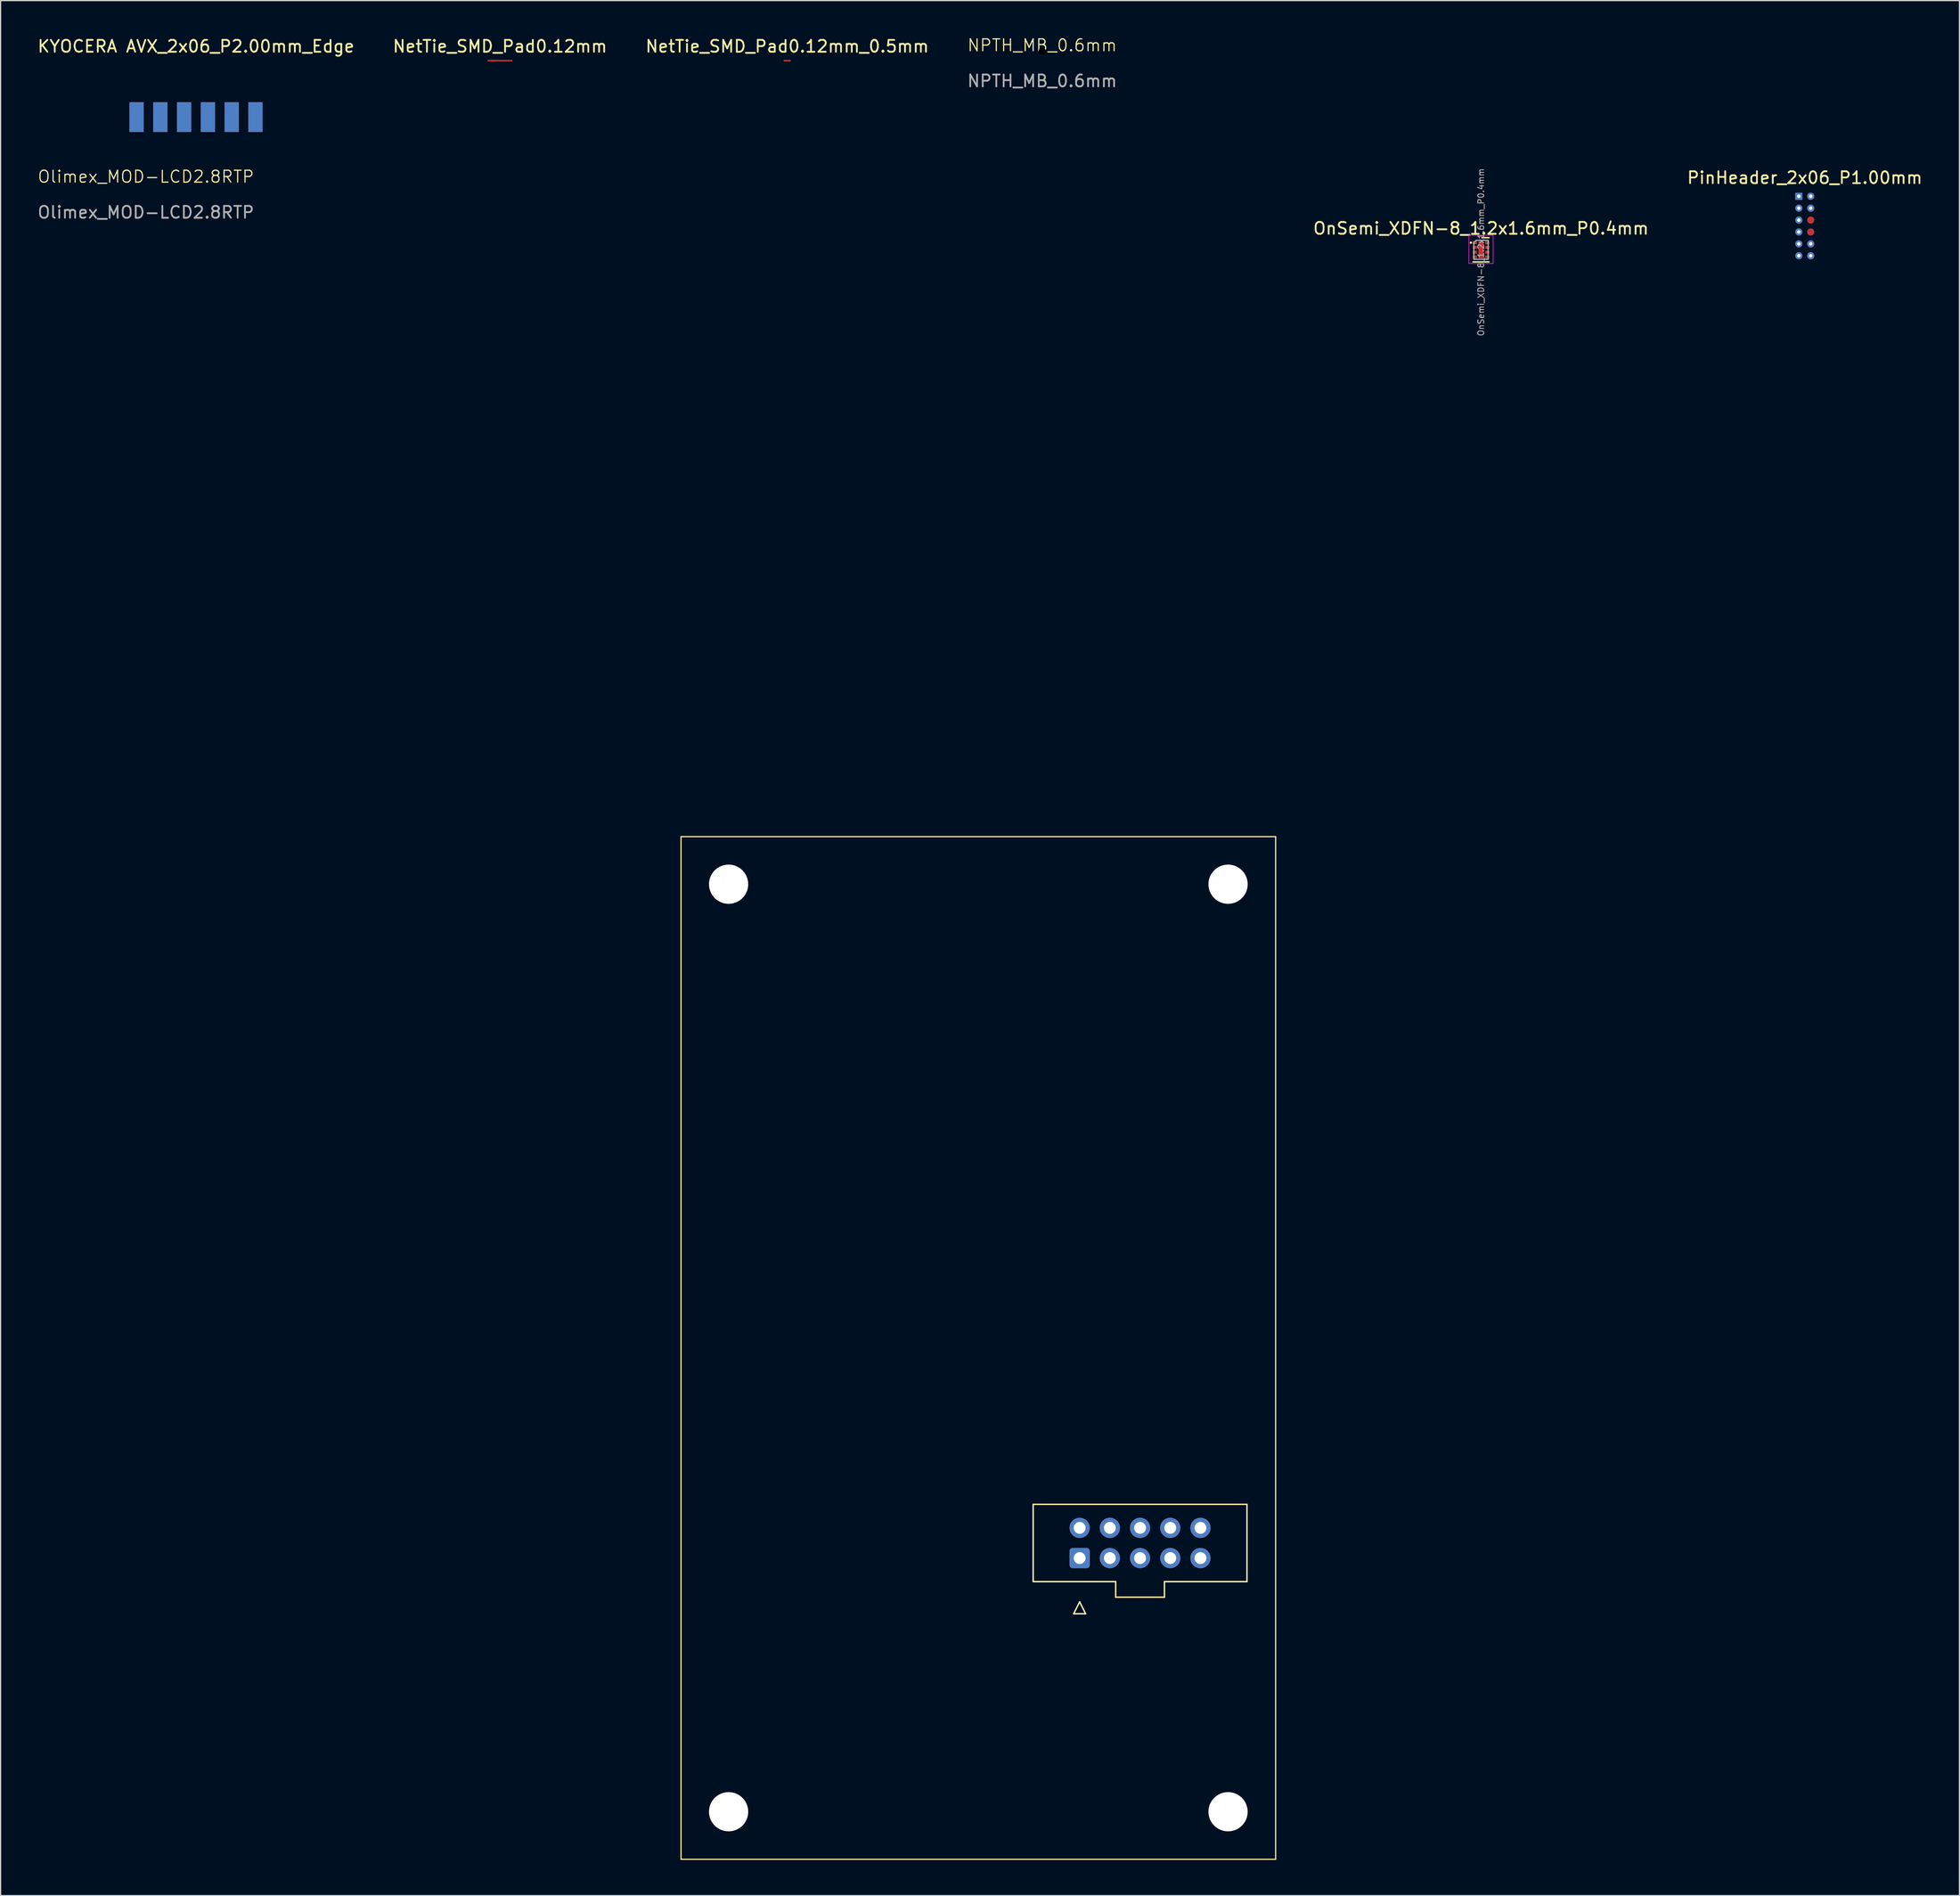
<source format=kicad_pcb>
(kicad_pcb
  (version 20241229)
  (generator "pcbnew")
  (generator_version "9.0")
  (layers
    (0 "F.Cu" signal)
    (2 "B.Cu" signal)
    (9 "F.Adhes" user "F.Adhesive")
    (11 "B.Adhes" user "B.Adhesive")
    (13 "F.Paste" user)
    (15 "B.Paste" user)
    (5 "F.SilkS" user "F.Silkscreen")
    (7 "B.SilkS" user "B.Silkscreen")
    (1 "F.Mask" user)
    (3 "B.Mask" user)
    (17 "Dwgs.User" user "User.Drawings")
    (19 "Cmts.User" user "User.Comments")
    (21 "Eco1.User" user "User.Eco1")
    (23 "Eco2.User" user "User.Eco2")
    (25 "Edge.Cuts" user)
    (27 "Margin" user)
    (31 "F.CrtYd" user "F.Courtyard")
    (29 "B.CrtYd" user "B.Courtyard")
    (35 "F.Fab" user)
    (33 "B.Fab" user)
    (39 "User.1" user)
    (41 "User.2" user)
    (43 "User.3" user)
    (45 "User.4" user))
  (footprint "KYOCERA AVX_2x06_P2.00mm_Edge"
    (layer "F.Cu")
    (at 13.435 6.798)
    (property "Reference" "KYOCERA AVX_2x06_P2.00mm_Edge" (at 0 -5.95 0) (layer "F.SilkS") (effects (font (size 1 1) (thickness 0.15))))
    (attr exclude_from_pos_files exclude_from_bom)
    (pad "1" smd rect (at -5 0) (size 1.2 2.5) (layers "F.Cu" "F.Mask" "F.Paste"))
    (pad "2" smd rect (at -5 0) (size 1.2 2.5) (layers "B.Cu" "B.Mask" "B.Paste"))
    (pad "3" smd rect (at -3 0) (size 1.2 2.5) (layers "F.Cu" "F.Mask" "F.Paste"))
    (pad "4" smd rect (at -3 0) (size 1.2 2.5) (layers "B.Cu" "B.Mask" "B.Paste"))
    (pad "5" smd rect (at -1 0) (size 1.2 2.5) (layers "F.Cu" "F.Mask" "F.Paste"))
    (pad "6" smd rect (at -1 0) (size 1.2 2.5) (layers "B.Cu" "B.Mask" "B.Paste"))
    (pad "7" smd rect (at 1 0) (size 1.2 2.5) (layers "F.Cu" "F.Mask" "F.Paste"))
    (pad "8" smd rect (at 1 0) (size 1.2 2.5) (layers "B.Cu" "B.Mask" "B.Paste"))
    (pad "9" smd rect (at 3 0) (size 1.2 2.5) (layers "F.Cu" "F.Mask" "F.Paste"))
    (pad "10" smd rect (at 3 0) (size 1.2 2.5) (layers "B.Cu" "B.Mask" "B.Paste"))
    (pad "11" smd rect (at 5 0) (size 1.2 2.5) (layers "F.Cu" "F.Mask" "F.Paste"))
    (pad "12" smd rect (at 5 0) (size 1.2 2.5) (layers "B.Cu" "B.Mask" "B.Paste")))
  (footprint "NetTie_SMD_Pad0.12mm_0.5mm"
    (layer "F.Cu")
    (at 63.149 2.048)
    (property "Reference" "NetTie_SMD_Pad0.12mm_0.5mm" (at 0 -1.2 0) (layer "F.SilkS") (effects (font (size 1 1) (thickness 0.15))))
    (attr exclude_from_pos_files exclude_from_bom allow_missing_courtyard)
    (fp_poly (pts (xy -0.25 -0.06) (xy 0.25 -0.06) (xy 0.25 0.06) (xy -0.25 0.06)) (stroke (width 0) (type solid)) (fill yes) (layer "F.Cu"))
    (pad "1" smd circle (at -0.25 0) (size 0.12 0.12) (layers "F.Cu"))
    (pad "2" smd circle (at 0.25 0) (size 0.12 0.12) (layers "F.Cu")))
  (footprint "NPTH_MB_0.6mm"
    (layer "F.Cu")
    (at 84.589 1.26)
    (property "Reference" "NPTH_MB_0.6mm" (at 0 -0.5 0) (unlocked yes) (layer "F.SilkS") (effects (font (size 1 1) (thickness 0.1))))
    (attr through_hole)
    (fp_text user "${REFERENCE}" (at 0 2.5 0) (unlocked yes) (layer "F.Fab") (effects (font (size 1 1) (thickness 0.15))))
    (pad "" np_thru_hole circle (at 0 0) (size 0.6 0.6) (drill 0.6) (layers "*.Mask")))
  (footprint "OnSemi_XDFN-8_1.2x1.6mm_P0.4mm"
    (layer "F.Cu")
    (at 121.49 17.958)
    (property "Reference" "OnSemi_XDFN-8_1.2x1.6mm_P0.4mm" (at 0 -1.8 0) (layer "F.SilkS") (effects (font (size 1 1) (thickness 0.15))))
    (attr smd)
    (fp_line (start -0.675 1.02) (end 0.675 1.02) (stroke (width 0.12) (type solid)) (layer "F.SilkS"))
    (fp_line (start 0.075 -1.02) (end 0.675 -1.02) (stroke (width 0.12) (type solid)) (layer "F.SilkS"))
    (fp_circle (center -0.85 -0.6) (end -0.8 -0.6) (stroke (width 0.1) (type solid)) (fill no) (layer "F.SilkS"))
    (fp_line (start -1.02 -1.23) (end -1.02 1.15) (stroke (width 0.05) (type solid)) (layer "F.CrtYd"))
    (fp_line (start -1.02 -1.23) (end 1.02 -1.23) (stroke (width 0.05) (type solid)) (layer "F.CrtYd"))
    (fp_line (start -1.02 1.15) (end 1.02 1.15) (stroke (width 0.05) (type solid)) (layer "F.CrtYd"))
    (fp_line (start 1.02 -1.23) (end 1.02 1.15) (stroke (width 0.05) (type solid)) (layer "F.CrtYd"))
    (fp_line (start -0.6 -0.6) (end -0.4 -0.8) (stroke (width 0.1) (type solid)) (layer "F.Fab"))
    (fp_line (start -0.6 0.8) (end -0.6 -0.6) (stroke (width 0.1) (type solid)) (layer "F.Fab"))
    (fp_line (start -0.4 -0.8) (end 0.6 -0.8) (stroke (width 0.1) (type solid)) (layer "F.Fab"))
    (fp_line (start 0.6 -0.8) (end 0.6 0.8) (stroke (width 0.1) (type solid)) (layer "F.Fab"))
    (fp_line (start 0.6 0.8) (end -0.6 0.8) (stroke (width 0.1) (type solid)) (layer "F.Fab"))
    (fp_text user "${REFERENCE}" (at 0 0.2 90) (layer "F.Fab") (effects (font (size 0.5 0.5) (thickness 0.075))))
    (pad "1" smd rect (at -0.525 -0.6) (size 0.35 0.26) (layers "F.Cu" "F.Mask" "F.Paste"))
    (pad "2" smd rect (at -0.525 -0.2) (size 0.35 0.26) (layers "F.Cu" "F.Mask" "F.Paste"))
    (pad "3" smd rect (at -0.525 0.2) (size 0.35 0.26) (layers "F.Cu" "F.Mask" "F.Paste"))
    (pad "4" smd rect (at -0.525 0.6) (size 0.35 0.26) (layers "F.Cu" "F.Mask" "F.Paste"))
    (pad "5" smd rect (at 0.525 0.6) (size 0.35 0.26) (layers "F.Cu" "F.Mask" "F.Paste"))
    (pad "6" smd rect (at 0.525 0.2) (size 0.35 0.26) (layers "F.Cu" "F.Mask" "F.Paste"))
    (pad "7" smd rect (at 0.525 -0.2) (size 0.35 0.26) (layers "F.Cu" "F.Mask" "F.Paste"))
    (pad "8" smd rect (at 0.525 -0.6) (size 0.35 0.26) (layers "F.Cu" "F.Mask" "F.Paste"))
    (pad "9" smd rect (at 0 0) (size 0.44 1.44) (layers "F.Cu" "F.Mask" "F.Paste")))
  (footprint "Olimex_MOD-LCD2.8RTP"
    (layer "F.Cu")
    (at 9.22 12.309)
    (property "Reference" "Olimex_MOD-LCD2.8RTP" (at 0 -0.5 0) (unlocked yes) (layer "F.SilkS") (effects (font (size 1 1) (thickness 0.1))))
    (attr through_hole)
    (fp_line (start 45 55) (end 95 55) (stroke (width 0.1) (type solid)) (layer "F.SilkS"))
    (fp_line (start 45 141) (end 45 55) (stroke (width 0.1) (type solid)) (layer "F.SilkS"))
    (fp_line (start 74.61 111.15) (end 92.59 111.15) (stroke (width 0.12) (type solid)) (layer "F.SilkS"))
    (fp_line (start 74.61 117.65) (end 74.61 111.15) (stroke (width 0.12) (type solid)) (layer "F.SilkS"))
    (fp_line (start 78.02 120.35) (end 79.02 120.35) (stroke (width 0.12) (type solid)) (layer "F.SilkS"))
    (fp_line (start 78.52 119.35) (end 78.02 120.35) (stroke (width 0.12) (type solid)) (layer "F.SilkS"))
    (fp_line (start 79.02 120.35) (end 78.52 119.35) (stroke (width 0.12) (type solid)) (layer "F.SilkS"))
    (fp_line (start 81.55 117.65) (end 74.61 117.65) (stroke (width 0.12) (type solid)) (layer "F.SilkS"))
    (fp_line (start 81.55 118.96) (end 81.55 117.65) (stroke (width 0.12) (type solid)) (layer "F.SilkS"))
    (fp_line (start 81.55 118.96) (end 85.65 118.96) (stroke (width 0.12) (type solid)) (layer "F.SilkS"))
    (fp_line (start 85.65 117.65) (end 85.65 117.65) (stroke (width 0.12) (type solid)) (layer "F.SilkS"))
    (fp_line (start 85.65 117.65) (end 85.65 118.96) (stroke (width 0.12) (type solid)) (layer "F.SilkS"))
    (fp_line (start 92.59 111.15) (end 92.59 117.65) (stroke (width 0.12) (type solid)) (layer "F.SilkS"))
    (fp_line (start 92.59 117.65) (end 85.65 117.65) (stroke (width 0.12) (type solid)) (layer "F.SilkS"))
    (fp_line (start 95 55) (end 95 141) (stroke (width 0.1) (type solid)) (layer "F.SilkS"))
    (fp_line (start 95 141) (end 45 141) (stroke (width 0.1) (type solid)) (layer "F.SilkS"))
    (fp_text user "${REFERENCE}" (at 0 2.5 0) (unlocked yes) (layer "F.Fab") (effects (font (size 1 1) (thickness 0.15))))
    (pad "" np_thru_hole circle (at 49 59) (size 3.3 3.3) (drill 3.3) (layers "*.Cu" "*.Mask"))
    (pad "" np_thru_hole circle (at 49 137) (size 3.3 3.3) (drill 3.3) (layers "*.Cu" "*.Mask"))
    (pad "" np_thru_hole circle (at 91 59) (size 3.3 3.3) (drill 3.3) (layers "*.Cu" "*.Mask"))
    (pad "" np_thru_hole circle (at 91 137) (size 3.3 3.3) (drill 3.3) (layers "*.Cu" "*.Mask"))
    (pad "1" thru_hole roundrect (at 78.52 115.67 90) (size 1.7 1.7) (drill 1) (layers "*.Cu" "*.Mask") (roundrect_rratio 0.147))
    (pad "2" thru_hole circle (at 78.52 113.13 90) (size 1.7 1.7) (drill 1) (layers "*.Cu" "*.Mask"))
    (pad "3" thru_hole circle (at 81.06 115.67 90) (size 1.7 1.7) (drill 1) (layers "*.Cu" "*.Mask"))
    (pad "4" thru_hole circle (at 81.06 113.13 90) (size 1.7 1.7) (drill 1) (layers "*.Cu" "*.Mask"))
    (pad "5" thru_hole circle (at 83.6 115.67 90) (size 1.7 1.7) (drill 1) (layers "*.Cu" "*.Mask"))
    (pad "6" thru_hole circle (at 83.6 113.13 90) (size 1.7 1.7) (drill 1) (layers "*.Cu" "*.Mask"))
    (pad "7" thru_hole circle (at 86.14 115.67 90) (size 1.7 1.7) (drill 1) (layers "*.Cu" "*.Mask"))
    (pad "8" thru_hole circle (at 86.14 113.13 90) (size 1.7 1.7) (drill 1) (layers "*.Cu" "*.Mask"))
    (pad "9" thru_hole circle (at 88.68 115.67 90) (size 1.7 1.7) (drill 1) (layers "*.Cu" "*.Mask"))
    (pad "10" thru_hole circle (at 88.68 113.13 90) (size 1.7 1.7) (drill 1) (layers "*.Cu" "*.Mask")))
  (footprint "PinHeader_2x06_P1.00mm"
    (layer "F.Cu")
    (at 148.217 13.457)
    (property "Reference" "PinHeader_2x06_P1.00mm" (at 0.5 -1.56 0) (layer "F.SilkS") (effects (font (size 1 1) (thickness 0.15))))
    (attr through_hole)
    (pad "1" thru_hole rect (at 0 0) (size 0.6 0.6) (drill 0.3) (layers "*.Cu" "*.Mask"))
    (pad "2" thru_hole oval (at 1 0) (size 0.6 0.6) (drill 0.3) (layers "*.Cu" "*.Mask"))
    (pad "3" thru_hole oval (at 0 1) (size 0.6 0.6) (drill 0.3) (layers "*.Cu" "*.Mask"))
    (pad "4" thru_hole oval (at 1 1) (size 0.6 0.6) (drill 0.3) (layers "*.Cu" "*.Mask"))
    (pad "5" thru_hole oval (at 0 2) (size 0.6 0.6) (drill 0.3) (layers "*.Cu" "*.Mask"))
    (pad "6" smd oval (at 1 2) (size 0.6 0.6) (layers "F.Cu" "F.Mask"))
    (pad "7" thru_hole oval (at 0 3) (size 0.6 0.6) (drill 0.3) (layers "*.Cu" "*.Mask"))
    (pad "8" smd oval (at 1 3) (size 0.6 0.6) (layers "F.Cu" "F.Mask"))
    (pad "9" thru_hole oval (at 0 4) (size 0.6 0.6) (drill 0.3) (layers "*.Cu" "*.Mask"))
    (pad "10" thru_hole oval (at 1 4) (size 0.6 0.6) (drill 0.3) (layers "*.Cu" "*.Mask"))
    (pad "11" thru_hole oval (at 0 5) (size 0.6 0.6) (drill 0.3) (layers "*.Cu" "*.Mask"))
    (pad "12" thru_hole oval (at 1 5) (size 0.6 0.6) (drill 0.3) (layers "*.Cu" "*.Mask")))
  (footprint "NetTie_SMD_Pad0.12mm"
    (layer "F.Cu")
    (at 38.994 2.048)
    (property "Reference" "NetTie_SMD_Pad0.12mm" (at 0 -1.2 0) (layer "F.SilkS") (effects (font (size 1 1) (thickness 0.15))))
    (attr exclude_from_pos_files exclude_from_bom allow_missing_courtyard)
    (fp_poly (pts (xy -1 -0.06) (xy 1 -0.06) (xy 1 0.06) (xy -1 0.06)) (stroke (width 0) (type solid)) (fill yes) (layer "F.Cu"))
    (pad "1" smd circle (at -1 0) (size 0.12 0.12) (layers "F.Cu"))
    (pad "2" smd circle (at 1 0) (size 0.12 0.12) (layers "F.Cu")))
  (gr_rect
    (start -3 -3)
    (end 161.723 156.359)
    (stroke (width 0.1) (type default))
    (fill no)
    (layer "Edge.Cuts")))
</source>
